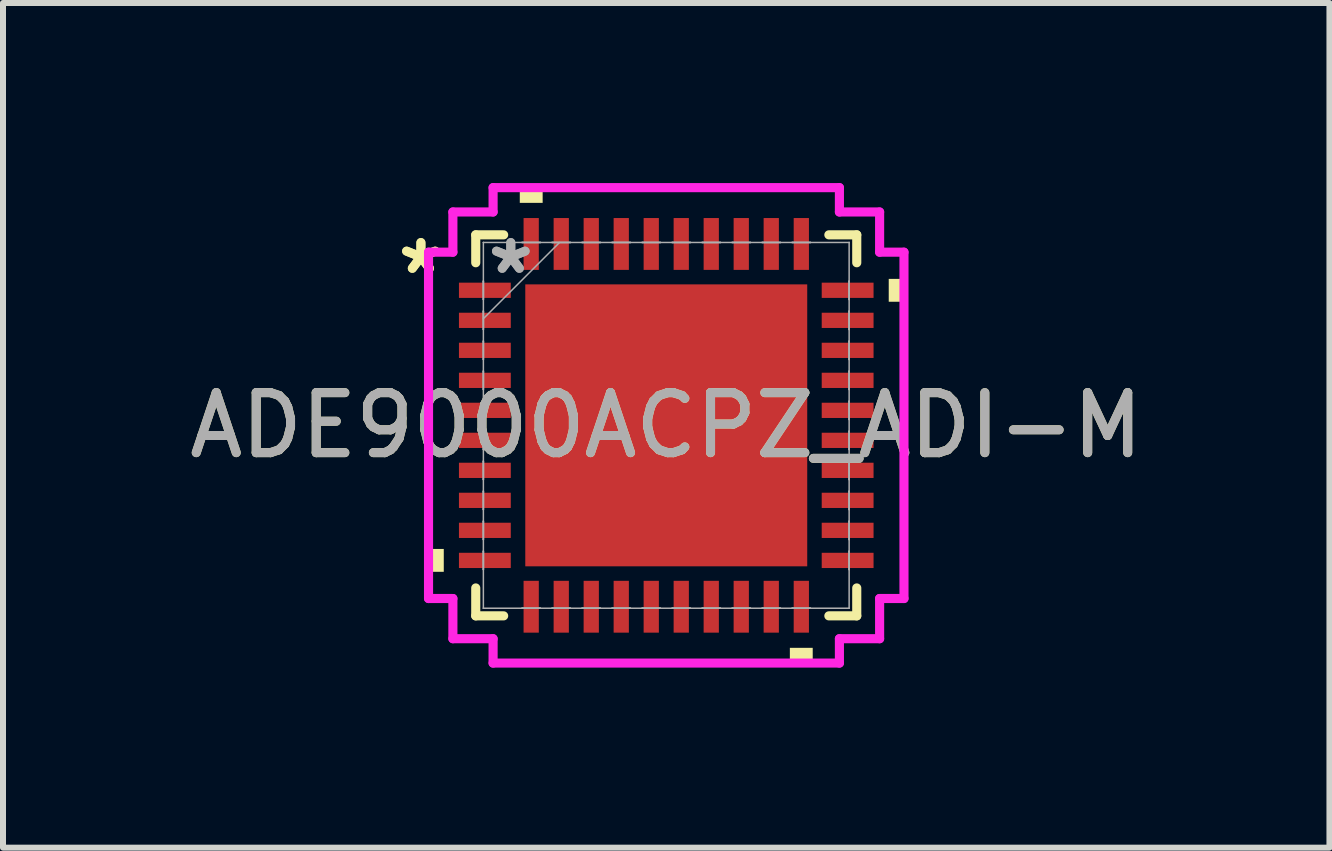
<source format=kicad_pcb>
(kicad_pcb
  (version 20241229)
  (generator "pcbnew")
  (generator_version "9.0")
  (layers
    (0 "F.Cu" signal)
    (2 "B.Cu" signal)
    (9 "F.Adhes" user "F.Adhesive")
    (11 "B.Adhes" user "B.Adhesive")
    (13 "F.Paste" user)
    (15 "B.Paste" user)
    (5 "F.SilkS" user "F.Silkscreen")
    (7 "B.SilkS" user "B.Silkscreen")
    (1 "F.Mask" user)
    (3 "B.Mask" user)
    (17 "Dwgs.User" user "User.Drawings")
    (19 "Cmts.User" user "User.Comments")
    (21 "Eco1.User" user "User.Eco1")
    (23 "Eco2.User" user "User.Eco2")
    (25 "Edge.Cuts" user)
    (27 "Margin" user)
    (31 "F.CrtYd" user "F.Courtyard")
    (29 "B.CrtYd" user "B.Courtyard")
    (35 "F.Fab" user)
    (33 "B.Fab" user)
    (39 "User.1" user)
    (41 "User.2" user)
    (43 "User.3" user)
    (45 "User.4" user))
  (footprint "ADE9000ACPZ_ADI-M"
    (layer "F.Cu")
    (at 8.054 4.039)
    (property "Reference" "ADE9000ACPZ_ADI-M" (at 0 0 0) (unlocked yes) (layer "F.SilkS") (effects (font (size 1 1) (thickness 0.15))))
    (attr smd)
    (fp_line (start -3.175 -3.175) (end -3.175 -2.71) (stroke (width 0.152) (type solid)) (layer "F.SilkS"))
    (fp_line (start -3.175 2.71) (end -3.175 3.175) (stroke (width 0.152) (type solid)) (layer "F.SilkS"))
    (fp_line (start -3.175 3.175) (end -2.71 3.175) (stroke (width 0.152) (type solid)) (layer "F.SilkS"))
    (fp_line (start -2.71 -3.175) (end -3.175 -3.175) (stroke (width 0.152) (type solid)) (layer "F.SilkS"))
    (fp_line (start 2.71 3.175) (end 3.175 3.175) (stroke (width 0.152) (type solid)) (layer "F.SilkS"))
    (fp_line (start 3.175 -3.175) (end 2.71 -3.175) (stroke (width 0.152) (type solid)) (layer "F.SilkS"))
    (fp_line (start 3.175 -2.71) (end 3.175 -3.175) (stroke (width 0.152) (type solid)) (layer "F.SilkS"))
    (fp_line (start 3.175 3.175) (end 3.175 2.71) (stroke (width 0.152) (type solid)) (layer "F.SilkS"))
    (fp_poly (pts (xy -3.962 2.06) (xy -3.962 2.441) (xy -3.708 2.441) (xy -3.708 2.06)) (stroke (width 0) (type solid)) (fill yes) (layer "F.SilkS"))
    (fp_poly (pts (xy -2.441 -3.708) (xy -2.441 -3.962) (xy -2.06 -3.962) (xy -2.06 -3.708)) (stroke (width 0) (type solid)) (fill yes) (layer "F.SilkS"))
    (fp_poly (pts (xy 2.06 3.708) (xy 2.06 3.962) (xy 2.441 3.962) (xy 2.441 3.708)) (stroke (width 0) (type solid)) (fill yes) (layer "F.SilkS"))
    (fp_poly (pts (xy 3.962 -2.441) (xy 3.962 -2.06) (xy 3.708 -2.06) (xy 3.708 -2.441)) (stroke (width 0) (type solid)) (fill yes) (layer "F.SilkS"))
    (fp_poly (pts (xy -2.249 -2.249) (xy -2.249 -0.883) (xy -0.883 -0.883) (xy -0.883 -2.249)) (stroke (width 0) (type solid)) (fill yes) (layer "F.Paste"))
    (fp_poly (pts (xy -2.249 -0.683) (xy -2.249 0.683) (xy -0.883 0.683) (xy -0.883 -0.683)) (stroke (width 0) (type solid)) (fill yes) (layer "F.Paste"))
    (fp_poly (pts (xy -2.249 0.883) (xy -2.249 2.249) (xy -0.883 2.249) (xy -0.883 0.883)) (stroke (width 0) (type solid)) (fill yes) (layer "F.Paste"))
    (fp_poly (pts (xy -0.683 -2.249) (xy -0.683 -0.883) (xy 0.683 -0.883) (xy 0.683 -2.249)) (stroke (width 0) (type solid)) (fill yes) (layer "F.Paste"))
    (fp_poly (pts (xy -0.683 -0.683) (xy -0.683 0.683) (xy 0.683 0.683) (xy 0.683 -0.683)) (stroke (width 0) (type solid)) (fill yes) (layer "F.Paste"))
    (fp_poly (pts (xy -0.683 0.883) (xy -0.683 2.249) (xy 0.683 2.249) (xy 0.683 0.883)) (stroke (width 0) (type solid)) (fill yes) (layer "F.Paste"))
    (fp_poly (pts (xy 0.883 -2.249) (xy 0.883 -0.883) (xy 2.249 -0.883) (xy 2.249 -2.249)) (stroke (width 0) (type solid)) (fill yes) (layer "F.Paste"))
    (fp_poly (pts (xy 0.883 -0.683) (xy 0.883 0.683) (xy 2.249 0.683) (xy 2.249 -0.683)) (stroke (width 0) (type solid)) (fill yes) (layer "F.Paste"))
    (fp_poly (pts (xy 0.883 0.883) (xy 0.883 2.249) (xy 2.249 2.249) (xy 2.249 0.883)) (stroke (width 0) (type solid)) (fill yes) (layer "F.Paste"))
    (fp_line (start -3.962 -2.886) (end -3.556 -2.886) (stroke (width 0.152) (type solid)) (layer "F.CrtYd"))
    (fp_line (start -3.962 2.886) (end -3.962 -2.886) (stroke (width 0.152) (type solid)) (layer "F.CrtYd"))
    (fp_line (start -3.556 -3.556) (end -2.886 -3.556) (stroke (width 0.152) (type solid)) (layer "F.CrtYd"))
    (fp_line (start -3.556 -2.886) (end -3.556 -3.556) (stroke (width 0.152) (type solid)) (layer "F.CrtYd"))
    (fp_line (start -3.556 2.886) (end -3.962 2.886) (stroke (width 0.152) (type solid)) (layer "F.CrtYd"))
    (fp_line (start -3.556 3.556) (end -3.556 2.886) (stroke (width 0.152) (type solid)) (layer "F.CrtYd"))
    (fp_line (start -2.886 -3.962) (end 2.886 -3.962) (stroke (width 0.152) (type solid)) (layer "F.CrtYd"))
    (fp_line (start -2.886 -3.556) (end -2.886 -3.962) (stroke (width 0.152) (type solid)) (layer "F.CrtYd"))
    (fp_line (start -2.886 3.556) (end -3.556 3.556) (stroke (width 0.152) (type solid)) (layer "F.CrtYd"))
    (fp_line (start -2.886 3.962) (end -2.886 3.556) (stroke (width 0.152) (type solid)) (layer "F.CrtYd"))
    (fp_line (start 2.886 -3.962) (end 2.886 -3.556) (stroke (width 0.152) (type solid)) (layer "F.CrtYd"))
    (fp_line (start 2.886 -3.556) (end 3.556 -3.556) (stroke (width 0.152) (type solid)) (layer "F.CrtYd"))
    (fp_line (start 2.886 3.556) (end 2.886 3.962) (stroke (width 0.152) (type solid)) (layer "F.CrtYd"))
    (fp_line (start 2.886 3.962) (end -2.886 3.962) (stroke (width 0.152) (type solid)) (layer "F.CrtYd"))
    (fp_line (start 3.556 -3.556) (end 3.556 -2.886) (stroke (width 0.152) (type solid)) (layer "F.CrtYd"))
    (fp_line (start 3.556 -2.886) (end 3.962 -2.886) (stroke (width 0.152) (type solid)) (layer "F.CrtYd"))
    (fp_line (start 3.556 2.886) (end 3.556 3.556) (stroke (width 0.152) (type solid)) (layer "F.CrtYd"))
    (fp_line (start 3.556 3.556) (end 2.886 3.556) (stroke (width 0.152) (type solid)) (layer "F.CrtYd"))
    (fp_line (start 3.962 -2.886) (end 3.962 2.886) (stroke (width 0.152) (type solid)) (layer "F.CrtYd"))
    (fp_line (start 3.962 2.886) (end 3.556 2.886) (stroke (width 0.152) (type solid)) (layer "F.CrtYd"))
    (fp_line (start -3.048 -3.048) (end -3.048 -3.048) (stroke (width 0.025) (type solid)) (layer "F.Fab"))
    (fp_line (start -3.048 -3.048) (end -3.048 3.048) (stroke (width 0.025) (type solid)) (layer "F.Fab"))
    (fp_line (start -3.048 -2.403) (end -3.048 -2.403) (stroke (width 0.025) (type solid)) (layer "F.Fab"))
    (fp_line (start -3.048 -2.403) (end -3.048 -2.098) (stroke (width 0.025) (type solid)) (layer "F.Fab"))
    (fp_line (start -3.048 -2.098) (end -3.048 -2.403) (stroke (width 0.025) (type solid)) (layer "F.Fab"))
    (fp_line (start -3.048 -2.098) (end -3.048 -2.098) (stroke (width 0.025) (type solid)) (layer "F.Fab"))
    (fp_line (start -3.048 -1.903) (end -3.048 -1.903) (stroke (width 0.025) (type solid)) (layer "F.Fab"))
    (fp_line (start -3.048 -1.903) (end -3.048 -1.598) (stroke (width 0.025) (type solid)) (layer "F.Fab"))
    (fp_line (start -3.048 -1.778) (end -1.778 -3.048) (stroke (width 0.025) (type solid)) (layer "F.Fab"))
    (fp_line (start -3.048 -1.598) (end -3.048 -1.903) (stroke (width 0.025) (type solid)) (layer "F.Fab"))
    (fp_line (start -3.048 -1.598) (end -3.048 -1.598) (stroke (width 0.025) (type solid)) (layer "F.Fab"))
    (fp_line (start -3.048 -1.403) (end -3.048 -1.403) (stroke (width 0.025) (type solid)) (layer "F.Fab"))
    (fp_line (start -3.048 -1.403) (end -3.048 -1.098) (stroke (width 0.025) (type solid)) (layer "F.Fab"))
    (fp_line (start -3.048 -1.098) (end -3.048 -1.403) (stroke (width 0.025) (type solid)) (layer "F.Fab"))
    (fp_line (start -3.048 -1.098) (end -3.048 -1.098) (stroke (width 0.025) (type solid)) (layer "F.Fab"))
    (fp_line (start -3.048 -0.903) (end -3.048 -0.903) (stroke (width 0.025) (type solid)) (layer "F.Fab"))
    (fp_line (start -3.048 -0.903) (end -3.048 -0.598) (stroke (width 0.025) (type solid)) (layer "F.Fab"))
    (fp_line (start -3.048 -0.598) (end -3.048 -0.903) (stroke (width 0.025) (type solid)) (layer "F.Fab"))
    (fp_line (start -3.048 -0.598) (end -3.048 -0.598) (stroke (width 0.025) (type solid)) (layer "F.Fab"))
    (fp_line (start -3.048 -0.402) (end -3.048 -0.402) (stroke (width 0.025) (type solid)) (layer "F.Fab"))
    (fp_line (start -3.048 -0.402) (end -3.048 -0.098) (stroke (width 0.025) (type solid)) (layer "F.Fab"))
    (fp_line (start -3.048 -0.098) (end -3.048 -0.402) (stroke (width 0.025) (type solid)) (layer "F.Fab"))
    (fp_line (start -3.048 -0.098) (end -3.048 -0.098) (stroke (width 0.025) (type solid)) (layer "F.Fab"))
    (fp_line (start -3.048 0.098) (end -3.048 0.098) (stroke (width 0.025) (type solid)) (layer "F.Fab"))
    (fp_line (start -3.048 0.098) (end -3.048 0.402) (stroke (width 0.025) (type solid)) (layer "F.Fab"))
    (fp_line (start -3.048 0.402) (end -3.048 0.098) (stroke (width 0.025) (type solid)) (layer "F.Fab"))
    (fp_line (start -3.048 0.402) (end -3.048 0.402) (stroke (width 0.025) (type solid)) (layer "F.Fab"))
    (fp_line (start -3.048 0.598) (end -3.048 0.598) (stroke (width 0.025) (type solid)) (layer "F.Fab"))
    (fp_line (start -3.048 0.598) (end -3.048 0.903) (stroke (width 0.025) (type solid)) (layer "F.Fab"))
    (fp_line (start -3.048 0.903) (end -3.048 0.598) (stroke (width 0.025) (type solid)) (layer "F.Fab"))
    (fp_line (start -3.048 0.903) (end -3.048 0.903) (stroke (width 0.025) (type solid)) (layer "F.Fab"))
    (fp_line (start -3.048 1.098) (end -3.048 1.098) (stroke (width 0.025) (type solid)) (layer "F.Fab"))
    (fp_line (start -3.048 1.098) (end -3.048 1.403) (stroke (width 0.025) (type solid)) (layer "F.Fab"))
    (fp_line (start -3.048 1.403) (end -3.048 1.098) (stroke (width 0.025) (type solid)) (layer "F.Fab"))
    (fp_line (start -3.048 1.403) (end -3.048 1.403) (stroke (width 0.025) (type solid)) (layer "F.Fab"))
    (fp_line (start -3.048 1.598) (end -3.048 1.598) (stroke (width 0.025) (type solid)) (layer "F.Fab"))
    (fp_line (start -3.048 1.598) (end -3.048 1.903) (stroke (width 0.025) (type solid)) (layer "F.Fab"))
    (fp_line (start -3.048 1.903) (end -3.048 1.598) (stroke (width 0.025) (type solid)) (layer "F.Fab"))
    (fp_line (start -3.048 1.903) (end -3.048 1.903) (stroke (width 0.025) (type solid)) (layer "F.Fab"))
    (fp_line (start -3.048 2.098) (end -3.048 2.098) (stroke (width 0.025) (type solid)) (layer "F.Fab"))
    (fp_line (start -3.048 2.098) (end -3.048 2.403) (stroke (width 0.025) (type solid)) (layer "F.Fab"))
    (fp_line (start -3.048 2.403) (end -3.048 2.098) (stroke (width 0.025) (type solid)) (layer "F.Fab"))
    (fp_line (start -3.048 2.403) (end -3.048 2.403) (stroke (width 0.025) (type solid)) (layer "F.Fab"))
    (fp_line (start -3.048 3.048) (end -3.048 3.048) (stroke (width 0.025) (type solid)) (layer "F.Fab"))
    (fp_line (start -3.048 3.048) (end 3.048 3.048) (stroke (width 0.025) (type solid)) (layer "F.Fab"))
    (fp_line (start -2.403 -3.048) (end -2.403 -3.048) (stroke (width 0.025) (type solid)) (layer "F.Fab"))
    (fp_line (start -2.403 -3.048) (end -2.098 -3.048) (stroke (width 0.025) (type solid)) (layer "F.Fab"))
    (fp_line (start -2.403 3.048) (end -2.403 3.048) (stroke (width 0.025) (type solid)) (layer "F.Fab"))
    (fp_line (start -2.403 3.048) (end -2.098 3.048) (stroke (width 0.025) (type solid)) (layer "F.Fab"))
    (fp_line (start -2.098 -3.048) (end -2.403 -3.048) (stroke (width 0.025) (type solid)) (layer "F.Fab"))
    (fp_line (start -2.098 -3.048) (end -2.098 -3.048) (stroke (width 0.025) (type solid)) (layer "F.Fab"))
    (fp_line (start -2.098 3.048) (end -2.403 3.048) (stroke (width 0.025) (type solid)) (layer "F.Fab"))
    (fp_line (start -2.098 3.048) (end -2.098 3.048) (stroke (width 0.025) (type solid)) (layer "F.Fab"))
    (fp_line (start -1.903 -3.048) (end -1.903 -3.048) (stroke (width 0.025) (type solid)) (layer "F.Fab"))
    (fp_line (start -1.903 -3.048) (end -1.598 -3.048) (stroke (width 0.025) (type solid)) (layer "F.Fab"))
    (fp_line (start -1.903 3.048) (end -1.903 3.048) (stroke (width 0.025) (type solid)) (layer "F.Fab"))
    (fp_line (start -1.903 3.048) (end -1.598 3.048) (stroke (width 0.025) (type solid)) (layer "F.Fab"))
    (fp_line (start -1.598 -3.048) (end -1.903 -3.048) (stroke (width 0.025) (type solid)) (layer "F.Fab"))
    (fp_line (start -1.598 -3.048) (end -1.598 -3.048) (stroke (width 0.025) (type solid)) (layer "F.Fab"))
    (fp_line (start -1.598 3.048) (end -1.903 3.048) (stroke (width 0.025) (type solid)) (layer "F.Fab"))
    (fp_line (start -1.598 3.048) (end -1.598 3.048) (stroke (width 0.025) (type solid)) (layer "F.Fab"))
    (fp_line (start -1.403 -3.048) (end -1.403 -3.048) (stroke (width 0.025) (type solid)) (layer "F.Fab"))
    (fp_line (start -1.403 -3.048) (end -1.098 -3.048) (stroke (width 0.025) (type solid)) (layer "F.Fab"))
    (fp_line (start -1.403 3.048) (end -1.403 3.048) (stroke (width 0.025) (type solid)) (layer "F.Fab"))
    (fp_line (start -1.403 3.048) (end -1.098 3.048) (stroke (width 0.025) (type solid)) (layer "F.Fab"))
    (fp_line (start -1.098 -3.048) (end -1.403 -3.048) (stroke (width 0.025) (type solid)) (layer "F.Fab"))
    (fp_line (start -1.098 -3.048) (end -1.098 -3.048) (stroke (width 0.025) (type solid)) (layer "F.Fab"))
    (fp_line (start -1.098 3.048) (end -1.403 3.048) (stroke (width 0.025) (type solid)) (layer "F.Fab"))
    (fp_line (start -1.098 3.048) (end -1.098 3.048) (stroke (width 0.025) (type solid)) (layer "F.Fab"))
    (fp_line (start -0.903 -3.048) (end -0.903 -3.048) (stroke (width 0.025) (type solid)) (layer "F.Fab"))
    (fp_line (start -0.903 -3.048) (end -0.598 -3.048) (stroke (width 0.025) (type solid)) (layer "F.Fab"))
    (fp_line (start -0.903 3.048) (end -0.903 3.048) (stroke (width 0.025) (type solid)) (layer "F.Fab"))
    (fp_line (start -0.903 3.048) (end -0.598 3.048) (stroke (width 0.025) (type solid)) (layer "F.Fab"))
    (fp_line (start -0.598 -3.048) (end -0.903 -3.048) (stroke (width 0.025) (type solid)) (layer "F.Fab"))
    (fp_line (start -0.598 -3.048) (end -0.598 -3.048) (stroke (width 0.025) (type solid)) (layer "F.Fab"))
    (fp_line (start -0.598 3.048) (end -0.903 3.048) (stroke (width 0.025) (type solid)) (layer "F.Fab"))
    (fp_line (start -0.598 3.048) (end -0.598 3.048) (stroke (width 0.025) (type solid)) (layer "F.Fab"))
    (fp_line (start -0.402 -3.048) (end -0.402 -3.048) (stroke (width 0.025) (type solid)) (layer "F.Fab"))
    (fp_line (start -0.402 -3.048) (end -0.098 -3.048) (stroke (width 0.025) (type solid)) (layer "F.Fab"))
    (fp_line (start -0.402 3.048) (end -0.402 3.048) (stroke (width 0.025) (type solid)) (layer "F.Fab"))
    (fp_line (start -0.402 3.048) (end -0.098 3.048) (stroke (width 0.025) (type solid)) (layer "F.Fab"))
    (fp_line (start -0.098 -3.048) (end -0.402 -3.048) (stroke (width 0.025) (type solid)) (layer "F.Fab"))
    (fp_line (start -0.098 -3.048) (end -0.098 -3.048) (stroke (width 0.025) (type solid)) (layer "F.Fab"))
    (fp_line (start -0.098 3.048) (end -0.402 3.048) (stroke (width 0.025) (type solid)) (layer "F.Fab"))
    (fp_line (start -0.098 3.048) (end -0.098 3.048) (stroke (width 0.025) (type solid)) (layer "F.Fab"))
    (fp_line (start 0.098 -3.048) (end 0.098 -3.048) (stroke (width 0.025) (type solid)) (layer "F.Fab"))
    (fp_line (start 0.098 -3.048) (end 0.402 -3.048) (stroke (width 0.025) (type solid)) (layer "F.Fab"))
    (fp_line (start 0.098 3.048) (end 0.098 3.048) (stroke (width 0.025) (type solid)) (layer "F.Fab"))
    (fp_line (start 0.098 3.048) (end 0.402 3.048) (stroke (width 0.025) (type solid)) (layer "F.Fab"))
    (fp_line (start 0.402 -3.048) (end 0.098 -3.048) (stroke (width 0.025) (type solid)) (layer "F.Fab"))
    (fp_line (start 0.402 -3.048) (end 0.402 -3.048) (stroke (width 0.025) (type solid)) (layer "F.Fab"))
    (fp_line (start 0.402 3.048) (end 0.098 3.048) (stroke (width 0.025) (type solid)) (layer "F.Fab"))
    (fp_line (start 0.402 3.048) (end 0.402 3.048) (stroke (width 0.025) (type solid)) (layer "F.Fab"))
    (fp_line (start 0.598 -3.048) (end 0.598 -3.048) (stroke (width 0.025) (type solid)) (layer "F.Fab"))
    (fp_line (start 0.598 -3.048) (end 0.903 -3.048) (stroke (width 0.025) (type solid)) (layer "F.Fab"))
    (fp_line (start 0.598 3.048) (end 0.598 3.048) (stroke (width 0.025) (type solid)) (layer "F.Fab"))
    (fp_line (start 0.598 3.048) (end 0.903 3.048) (stroke (width 0.025) (type solid)) (layer "F.Fab"))
    (fp_line (start 0.903 -3.048) (end 0.598 -3.048) (stroke (width 0.025) (type solid)) (layer "F.Fab"))
    (fp_line (start 0.903 -3.048) (end 0.903 -3.048) (stroke (width 0.025) (type solid)) (layer "F.Fab"))
    (fp_line (start 0.903 3.048) (end 0.598 3.048) (stroke (width 0.025) (type solid)) (layer "F.Fab"))
    (fp_line (start 0.903 3.048) (end 0.903 3.048) (stroke (width 0.025) (type solid)) (layer "F.Fab"))
    (fp_line (start 1.098 -3.048) (end 1.098 -3.048) (stroke (width 0.025) (type solid)) (layer "F.Fab"))
    (fp_line (start 1.098 -3.048) (end 1.403 -3.048) (stroke (width 0.025) (type solid)) (layer "F.Fab"))
    (fp_line (start 1.098 3.048) (end 1.098 3.048) (stroke (width 0.025) (type solid)) (layer "F.Fab"))
    (fp_line (start 1.098 3.048) (end 1.403 3.048) (stroke (width 0.025) (type solid)) (layer "F.Fab"))
    (fp_line (start 1.403 -3.048) (end 1.098 -3.048) (stroke (width 0.025) (type solid)) (layer "F.Fab"))
    (fp_line (start 1.403 -3.048) (end 1.403 -3.048) (stroke (width 0.025) (type solid)) (layer "F.Fab"))
    (fp_line (start 1.403 3.048) (end 1.098 3.048) (stroke (width 0.025) (type solid)) (layer "F.Fab"))
    (fp_line (start 1.403 3.048) (end 1.403 3.048) (stroke (width 0.025) (type solid)) (layer "F.Fab"))
    (fp_line (start 1.598 -3.048) (end 1.598 -3.048) (stroke (width 0.025) (type solid)) (layer "F.Fab"))
    (fp_line (start 1.598 -3.048) (end 1.903 -3.048) (stroke (width 0.025) (type solid)) (layer "F.Fab"))
    (fp_line (start 1.598 3.048) (end 1.598 3.048) (stroke (width 0.025) (type solid)) (layer "F.Fab"))
    (fp_line (start 1.598 3.048) (end 1.903 3.048) (stroke (width 0.025) (type solid)) (layer "F.Fab"))
    (fp_line (start 1.903 -3.048) (end 1.598 -3.048) (stroke (width 0.025) (type solid)) (layer "F.Fab"))
    (fp_line (start 1.903 -3.048) (end 1.903 -3.048) (stroke (width 0.025) (type solid)) (layer "F.Fab"))
    (fp_line (start 1.903 3.048) (end 1.598 3.048) (stroke (width 0.025) (type solid)) (layer "F.Fab"))
    (fp_line (start 1.903 3.048) (end 1.903 3.048) (stroke (width 0.025) (type solid)) (layer "F.Fab"))
    (fp_line (start 2.098 -3.048) (end 2.098 -3.048) (stroke (width 0.025) (type solid)) (layer "F.Fab"))
    (fp_line (start 2.098 -3.048) (end 2.403 -3.048) (stroke (width 0.025) (type solid)) (layer "F.Fab"))
    (fp_line (start 2.098 3.048) (end 2.098 3.048) (stroke (width 0.025) (type solid)) (layer "F.Fab"))
    (fp_line (start 2.098 3.048) (end 2.403 3.048) (stroke (width 0.025) (type solid)) (layer "F.Fab"))
    (fp_line (start 2.403 -3.048) (end 2.098 -3.048) (stroke (width 0.025) (type solid)) (layer "F.Fab"))
    (fp_line (start 2.403 -3.048) (end 2.403 -3.048) (stroke (width 0.025) (type solid)) (layer "F.Fab"))
    (fp_line (start 2.403 3.048) (end 2.098 3.048) (stroke (width 0.025) (type solid)) (layer "F.Fab"))
    (fp_line (start 2.403 3.048) (end 2.403 3.048) (stroke (width 0.025) (type solid)) (layer "F.Fab"))
    (fp_line (start 3.048 -3.048) (end -3.048 -3.048) (stroke (width 0.025) (type solid)) (layer "F.Fab"))
    (fp_line (start 3.048 -3.048) (end 3.048 -3.048) (stroke (width 0.025) (type solid)) (layer "F.Fab"))
    (fp_line (start 3.048 -2.403) (end 3.048 -2.403) (stroke (width 0.025) (type solid)) (layer "F.Fab"))
    (fp_line (start 3.048 -2.403) (end 3.048 -2.098) (stroke (width 0.025) (type solid)) (layer "F.Fab"))
    (fp_line (start 3.048 -2.098) (end 3.048 -2.403) (stroke (width 0.025) (type solid)) (layer "F.Fab"))
    (fp_line (start 3.048 -2.098) (end 3.048 -2.098) (stroke (width 0.025) (type solid)) (layer "F.Fab"))
    (fp_line (start 3.048 -1.903) (end 3.048 -1.903) (stroke (width 0.025) (type solid)) (layer "F.Fab"))
    (fp_line (start 3.048 -1.903) (end 3.048 -1.598) (stroke (width 0.025) (type solid)) (layer "F.Fab"))
    (fp_line (start 3.048 -1.598) (end 3.048 -1.903) (stroke (width 0.025) (type solid)) (layer "F.Fab"))
    (fp_line (start 3.048 -1.598) (end 3.048 -1.598) (stroke (width 0.025) (type solid)) (layer "F.Fab"))
    (fp_line (start 3.048 -1.403) (end 3.048 -1.403) (stroke (width 0.025) (type solid)) (layer "F.Fab"))
    (fp_line (start 3.048 -1.403) (end 3.048 -1.098) (stroke (width 0.025) (type solid)) (layer "F.Fab"))
    (fp_line (start 3.048 -1.098) (end 3.048 -1.403) (stroke (width 0.025) (type solid)) (layer "F.Fab"))
    (fp_line (start 3.048 -1.098) (end 3.048 -1.098) (stroke (width 0.025) (type solid)) (layer "F.Fab"))
    (fp_line (start 3.048 -0.903) (end 3.048 -0.903) (stroke (width 0.025) (type solid)) (layer "F.Fab"))
    (fp_line (start 3.048 -0.903) (end 3.048 -0.598) (stroke (width 0.025) (type solid)) (layer "F.Fab"))
    (fp_line (start 3.048 -0.598) (end 3.048 -0.903) (stroke (width 0.025) (type solid)) (layer "F.Fab"))
    (fp_line (start 3.048 -0.598) (end 3.048 -0.598) (stroke (width 0.025) (type solid)) (layer "F.Fab"))
    (fp_line (start 3.048 -0.402) (end 3.048 -0.402) (stroke (width 0.025) (type solid)) (layer "F.Fab"))
    (fp_line (start 3.048 -0.402) (end 3.048 -0.098) (stroke (width 0.025) (type solid)) (layer "F.Fab"))
    (fp_line (start 3.048 -0.098) (end 3.048 -0.402) (stroke (width 0.025) (type solid)) (layer "F.Fab"))
    (fp_line (start 3.048 -0.098) (end 3.048 -0.098) (stroke (width 0.025) (type solid)) (layer "F.Fab"))
    (fp_line (start 3.048 0.098) (end 3.048 0.098) (stroke (width 0.025) (type solid)) (layer "F.Fab"))
    (fp_line (start 3.048 0.098) (end 3.048 0.402) (stroke (width 0.025) (type solid)) (layer "F.Fab"))
    (fp_line (start 3.048 0.402) (end 3.048 0.098) (stroke (width 0.025) (type solid)) (layer "F.Fab"))
    (fp_line (start 3.048 0.402) (end 3.048 0.402) (stroke (width 0.025) (type solid)) (layer "F.Fab"))
    (fp_line (start 3.048 0.598) (end 3.048 0.598) (stroke (width 0.025) (type solid)) (layer "F.Fab"))
    (fp_line (start 3.048 0.598) (end 3.048 0.903) (stroke (width 0.025) (type solid)) (layer "F.Fab"))
    (fp_line (start 3.048 0.903) (end 3.048 0.598) (stroke (width 0.025) (type solid)) (layer "F.Fab"))
    (fp_line (start 3.048 0.903) (end 3.048 0.903) (stroke (width 0.025) (type solid)) (layer "F.Fab"))
    (fp_line (start 3.048 1.098) (end 3.048 1.098) (stroke (width 0.025) (type solid)) (layer "F.Fab"))
    (fp_line (start 3.048 1.098) (end 3.048 1.403) (stroke (width 0.025) (type solid)) (layer "F.Fab"))
    (fp_line (start 3.048 1.403) (end 3.048 1.098) (stroke (width 0.025) (type solid)) (layer "F.Fab"))
    (fp_line (start 3.048 1.403) (end 3.048 1.403) (stroke (width 0.025) (type solid)) (layer "F.Fab"))
    (fp_line (start 3.048 1.598) (end 3.048 1.598) (stroke (width 0.025) (type solid)) (layer "F.Fab"))
    (fp_line (start 3.048 1.598) (end 3.048 1.903) (stroke (width 0.025) (type solid)) (layer "F.Fab"))
    (fp_line (start 3.048 1.903) (end 3.048 1.598) (stroke (width 0.025) (type solid)) (layer "F.Fab"))
    (fp_line (start 3.048 1.903) (end 3.048 1.903) (stroke (width 0.025) (type solid)) (layer "F.Fab"))
    (fp_line (start 3.048 2.098) (end 3.048 2.098) (stroke (width 0.025) (type solid)) (layer "F.Fab"))
    (fp_line (start 3.048 2.098) (end 3.048 2.403) (stroke (width 0.025) (type solid)) (layer "F.Fab"))
    (fp_line (start 3.048 2.403) (end 3.048 2.098) (stroke (width 0.025) (type solid)) (layer "F.Fab"))
    (fp_line (start 3.048 2.403) (end 3.048 2.403) (stroke (width 0.025) (type solid)) (layer "F.Fab"))
    (fp_line (start 3.048 3.048) (end 3.048 -3.048) (stroke (width 0.025) (type solid)) (layer "F.Fab"))
    (fp_line (start 3.048 3.048) (end 3.048 3.048) (stroke (width 0.025) (type solid)) (layer "F.Fab"))
    (fp_text user "*" (at -4.089 -2.501 0) (layer "F.SilkS") (effects (font (size 1 1) (thickness 0.15))))
    (fp_text user "*" (at -4.089 -2.501 0) (unlocked yes) (layer "F.SilkS") (effects (font (size 1 1) (thickness 0.15))))
    (fp_text user "${REFERENCE}" (at 0 0 0) (unlocked yes) (layer "F.Fab") (effects (font (size 1 1) (thickness 0.15))))
    (fp_text user "*" (at -2.591 -2.501 0) (layer "F.Fab") (effects (font (size 1 1) (thickness 0.15))))
    (fp_text user "*" (at -2.591 -2.501 0) (unlocked yes) (layer "F.Fab") (effects (font (size 1 1) (thickness 0.15))))
    (pad "1" smd rect (at -3.023 -2.251 90) (size 0.254 0.864) (layers "F.Cu" "F.Mask" "F.Paste"))
    (pad "2" smd rect (at -3.023 -1.75 90) (size 0.254 0.864) (layers "F.Cu" "F.Mask" "F.Paste"))
    (pad "3" smd rect (at -3.023 -1.25 90) (size 0.254 0.864) (layers "F.Cu" "F.Mask" "F.Paste"))
    (pad "4" smd rect (at -3.023 -0.75 90) (size 0.254 0.864) (layers "F.Cu" "F.Mask" "F.Paste"))
    (pad "5" smd rect (at -3.023 -0.25 90) (size 0.254 0.864) (layers "F.Cu" "F.Mask" "F.Paste"))
    (pad "6" smd rect (at -3.023 0.25 90) (size 0.254 0.864) (layers "F.Cu" "F.Mask" "F.Paste"))
    (pad "7" smd rect (at -3.023 0.75 90) (size 0.254 0.864) (layers "F.Cu" "F.Mask" "F.Paste"))
    (pad "8" smd rect (at -3.023 1.25 90) (size 0.254 0.864) (layers "F.Cu" "F.Mask" "F.Paste"))
    (pad "9" smd rect (at -3.023 1.75 90) (size 0.254 0.864) (layers "F.Cu" "F.Mask" "F.Paste"))
    (pad "10" smd rect (at -3.023 2.251 90) (size 0.254 0.864) (layers "F.Cu" "F.Mask" "F.Paste"))
    (pad "11" smd rect (at -2.251 3.023) (size 0.254 0.864) (layers "F.Cu" "F.Mask" "F.Paste"))
    (pad "12" smd rect (at -1.75 3.023) (size 0.254 0.864) (layers "F.Cu" "F.Mask" "F.Paste"))
    (pad "13" smd rect (at -1.25 3.023) (size 0.254 0.864) (layers "F.Cu" "F.Mask" "F.Paste"))
    (pad "14" smd rect (at -0.75 3.023) (size 0.254 0.864) (layers "F.Cu" "F.Mask" "F.Paste"))
    (pad "15" smd rect (at -0.25 3.023) (size 0.254 0.864) (layers "F.Cu" "F.Mask" "F.Paste"))
    (pad "16" smd rect (at 0.25 3.023) (size 0.254 0.864) (layers "F.Cu" "F.Mask" "F.Paste"))
    (pad "17" smd rect (at 0.75 3.023) (size 0.254 0.864) (layers "F.Cu" "F.Mask" "F.Paste"))
    (pad "18" smd rect (at 1.25 3.023) (size 0.254 0.864) (layers "F.Cu" "F.Mask" "F.Paste"))
    (pad "19" smd rect (at 1.75 3.023) (size 0.254 0.864) (layers "F.Cu" "F.Mask" "F.Paste"))
    (pad "20" smd rect (at 2.251 3.023) (size 0.254 0.864) (layers "F.Cu" "F.Mask" "F.Paste"))
    (pad "21" smd rect (at 3.023 2.251 90) (size 0.254 0.864) (layers "F.Cu" "F.Mask" "F.Paste"))
    (pad "22" smd rect (at 3.023 1.75 90) (size 0.254 0.864) (layers "F.Cu" "F.Mask" "F.Paste"))
    (pad "23" smd rect (at 3.023 1.25 90) (size 0.254 0.864) (layers "F.Cu" "F.Mask" "F.Paste"))
    (pad "24" smd rect (at 3.023 0.75 90) (size 0.254 0.864) (layers "F.Cu" "F.Mask" "F.Paste"))
    (pad "25" smd rect (at 3.023 0.25 90) (size 0.254 0.864) (layers "F.Cu" "F.Mask" "F.Paste"))
    (pad "26" smd rect (at 3.023 -0.25 90) (size 0.254 0.864) (layers "F.Cu" "F.Mask" "F.Paste"))
    (pad "27" smd rect (at 3.023 -0.75 90) (size 0.254 0.864) (layers "F.Cu" "F.Mask" "F.Paste"))
    (pad "28" smd rect (at 3.023 -1.25 90) (size 0.254 0.864) (layers "F.Cu" "F.Mask" "F.Paste"))
    (pad "29" smd rect (at 3.023 -1.75 90) (size 0.254 0.864) (layers "F.Cu" "F.Mask" "F.Paste"))
    (pad "30" smd rect (at 3.023 -2.251 90) (size 0.254 0.864) (layers "F.Cu" "F.Mask" "F.Paste"))
    (pad "31" smd rect (at 2.251 -3.023) (size 0.254 0.864) (layers "F.Cu" "F.Mask" "F.Paste"))
    (pad "32" smd rect (at 1.75 -3.023) (size 0.254 0.864) (layers "F.Cu" "F.Mask" "F.Paste"))
    (pad "33" smd rect (at 1.25 -3.023) (size 0.254 0.864) (layers "F.Cu" "F.Mask" "F.Paste"))
    (pad "34" smd rect (at 0.75 -3.023) (size 0.254 0.864) (layers "F.Cu" "F.Mask" "F.Paste"))
    (pad "35" smd rect (at 0.25 -3.023) (size 0.254 0.864) (layers "F.Cu" "F.Mask" "F.Paste"))
    (pad "36" smd rect (at -0.25 -3.023) (size 0.254 0.864) (layers "F.Cu" "F.Mask" "F.Paste"))
    (pad "37" smd rect (at -0.75 -3.023) (size 0.254 0.864) (layers "F.Cu" "F.Mask" "F.Paste"))
    (pad "38" smd rect (at -1.25 -3.023) (size 0.254 0.864) (layers "F.Cu" "F.Mask" "F.Paste"))
    (pad "39" smd rect (at -1.75 -3.023) (size 0.254 0.864) (layers "F.Cu" "F.Mask" "F.Paste"))
    (pad "40" smd rect (at -2.251 -3.023) (size 0.254 0.864) (layers "F.Cu" "F.Mask" "F.Paste"))
    (pad "41" smd rect (at 0 0) (size 4.699 4.699) (layers "F.Cu" "F.Mask")))
  (gr_rect
    (start -3 -3)
    (end 19.107 11.077)
    (stroke (width 0.1) (type default))
    (fill no)
    (layer "Edge.Cuts")))
</source>
